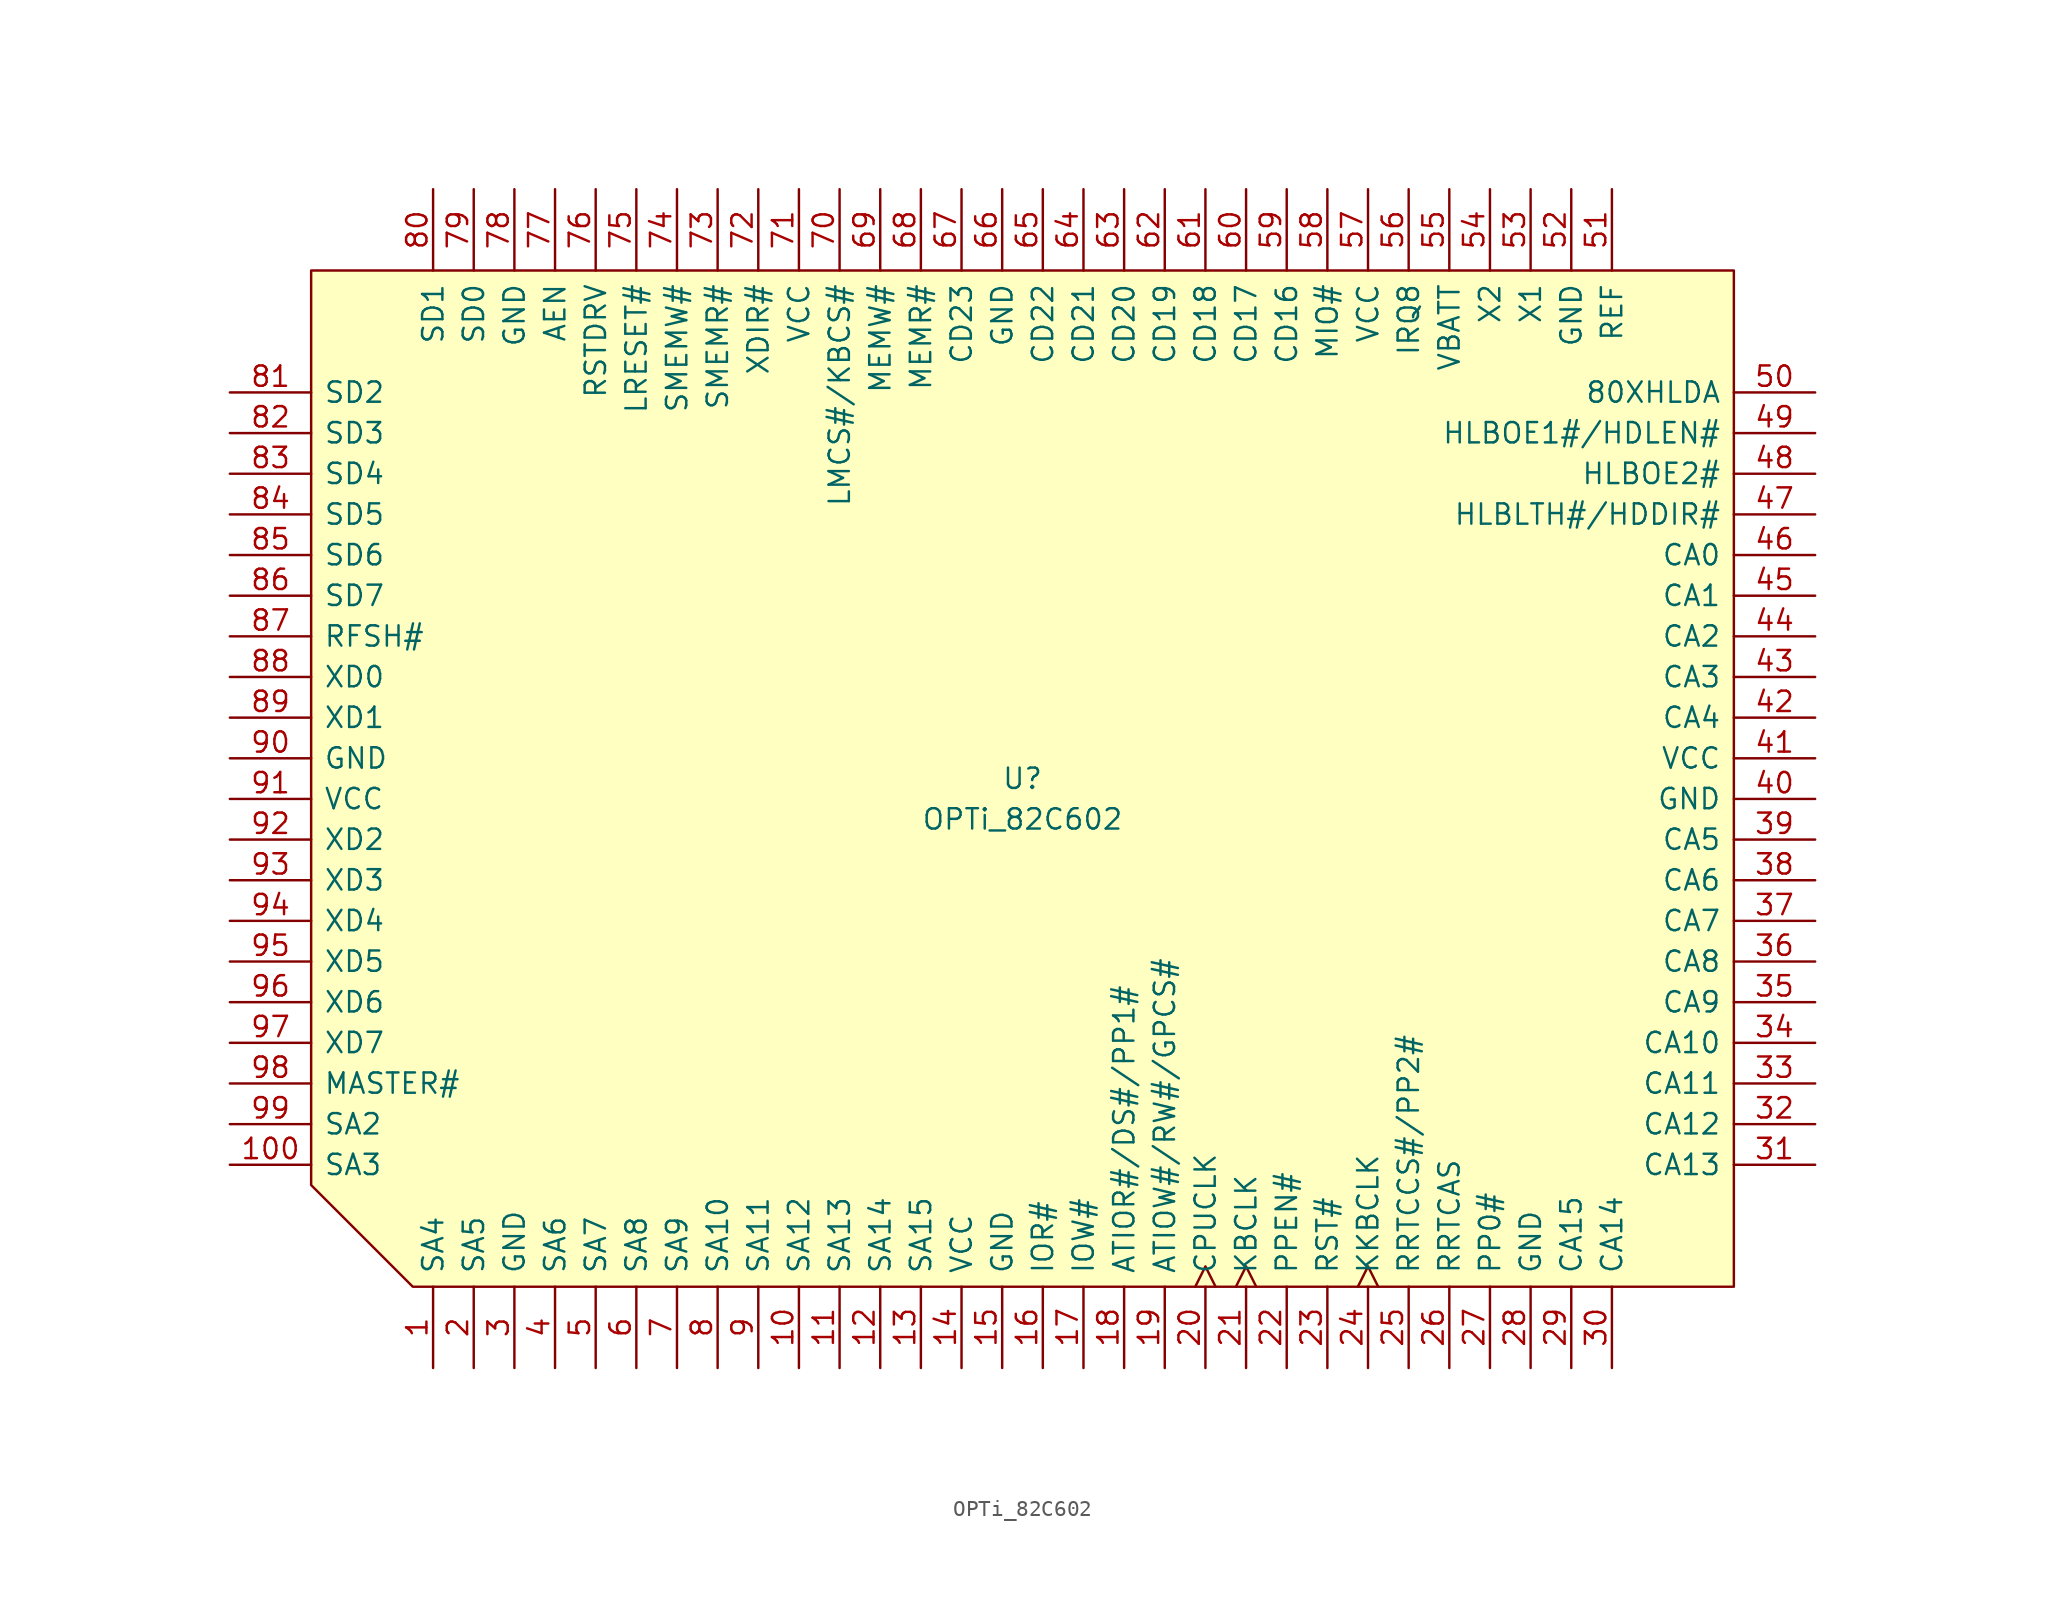
<source format=kicad_sym>
(kicad_symbol_lib
  (version 20211014)
  (generator kicad_symbol_editor)
  (symbol "OPTi_82C602"
    (pin_names
      (offset 0.762))
    (property "Reference" "U"
      (at 0 0 0)
      (effects (font (size 1.27 1.27))))
    (property "Value" "OPTi_82C602"
      (at 0 -2.54 0)
      (effects (font (size 1.27 1.27))))
    (symbol "OPTi_82C602_0_1"
      (polyline (pts (xy 44.45 -31.75) (xy -38.1 -31.75) (xy -44.45 -25.4) (xy -44.45 31.75) (xy 44.45 31.75) (xy 44.45 -31.75)) (stroke (width 0) (type default) (color 0 0 0 0)) (fill (type background))))
    (symbol "OPTi_82C602_1_1"
      (pin bidirectional line (at -36.83 -36.83 90) (length 5.08) (name "SA4" (effects (font (size 1.27 1.27)))) (number "1" (effects (font (size 1.27 1.27)))))
      (pin bidirectional line (at -13.97 -36.83 90) (length 5.08) (name "SA12" (effects (font (size 1.27 1.27)))) (number "10" (effects (font (size 1.27 1.27)))))
      (pin bidirectional line (at -49.53 -24.13 0) (length 5.08) (name "SA3" (effects (font (size 1.27 1.27)))) (number "100" (effects (font (size 1.27 1.27)))))
      (pin bidirectional line (at -11.43 -36.83 90) (length 5.08) (name "SA13" (effects (font (size 1.27 1.27)))) (number "11" (effects (font (size 1.27 1.27)))))
      (pin bidirectional line (at -8.89 -36.83 90) (length 5.08) (name "SA14" (effects (font (size 1.27 1.27)))) (number "12" (effects (font (size 1.27 1.27)))))
      (pin bidirectional line (at -6.35 -36.83 90) (length 5.08) (name "SA15" (effects (font (size 1.27 1.27)))) (number "13" (effects (font (size 1.27 1.27)))))
      (pin power_in line (at -3.81 -36.83 90) (length 5.08) (name "VCC" (effects (font (size 1.27 1.27)))) (number "14" (effects (font (size 1.27 1.27)))))
      (pin power_in line (at -1.27 -36.83 90) (length 5.08) (name "GND" (effects (font (size 1.27 1.27)))) (number "15" (effects (font (size 1.27 1.27)))))
      (pin bidirectional line (at 1.27 -36.83 90) (length 5.08) (name "IOR#" (effects (font (size 1.27 1.27)))) (number "16" (effects (font (size 1.27 1.27)))))
      (pin bidirectional line (at 3.81 -36.83 90) (length 5.08) (name "IOW#" (effects (font (size 1.27 1.27)))) (number "17" (effects (font (size 1.27 1.27)))))
      (pin bidirectional line (at 6.35 -36.83 90) (length 5.08) (name "ATIOR#/DS#/PP1#" (effects (font (size 1.27 1.27)))) (number "18" (effects (font (size 1.27 1.27)))))
      (pin bidirectional line (at 8.89 -36.83 90) (length 5.08) (name "ATIOW#/RW#/GPCS#" (effects (font (size 1.27 1.27)))) (number "19" (effects (font (size 1.27 1.27)))))
      (pin bidirectional line (at -34.29 -36.83 90) (length 5.08) (name "SA5" (effects (font (size 1.27 1.27)))) (number "2" (effects (font (size 1.27 1.27)))))
      (pin input clock (at 11.43 -36.83 90) (length 5.08) (name "CPUCLK" (effects (font (size 1.27 1.27)))) (number "20" (effects (font (size 1.27 1.27)))))
      (pin output clock (at 13.97 -36.83 90) (length 5.08) (name "KBCLK" (effects (font (size 1.27 1.27)))) (number "21" (effects (font (size 1.27 1.27)))))
      (pin input line (at 16.51 -36.83 90) (length 5.08) (name "PPEN#" (effects (font (size 1.27 1.27)))) (number "22" (effects (font (size 1.27 1.27)))))
      (pin input line (at 19.05 -36.83 90) (length 5.08) (name "RST#" (effects (font (size 1.27 1.27)))) (number "23" (effects (font (size 1.27 1.27)))))
      (pin input clock (at 21.59 -36.83 90) (length 5.08) (name "KKBCLK" (effects (font (size 1.27 1.27)))) (number "24" (effects (font (size 1.27 1.27)))))
      (pin output line (at 24.13 -36.83 90) (length 5.08) (name "RRTCCS#/PP2#" (effects (font (size 1.27 1.27)))) (number "25" (effects (font (size 1.27 1.27)))))
      (pin output line (at 26.67 -36.83 90) (length 5.08) (name "RRTCAS" (effects (font (size 1.27 1.27)))) (number "26" (effects (font (size 1.27 1.27)))))
      (pin output line (at 29.21 -36.83 90) (length 5.08) (name "PP0#" (effects (font (size 1.27 1.27)))) (number "27" (effects (font (size 1.27 1.27)))))
      (pin power_in line (at 31.75 -36.83 90) (length 5.08) (name "GND" (effects (font (size 1.27 1.27)))) (number "28" (effects (font (size 1.27 1.27)))))
      (pin bidirectional line (at 34.29 -36.83 90) (length 5.08) (name "CA15" (effects (font (size 1.27 1.27)))) (number "29" (effects (font (size 1.27 1.27)))))
      (pin power_in line (at -31.75 -36.83 90) (length 5.08) (name "GND" (effects (font (size 1.27 1.27)))) (number "3" (effects (font (size 1.27 1.27)))))
      (pin bidirectional line (at 36.83 -36.83 90) (length 5.08) (name "CA14" (effects (font (size 1.27 1.27)))) (number "30" (effects (font (size 1.27 1.27)))))
      (pin bidirectional line (at 49.53 -24.13 180) (length 5.08) (name "CA13" (effects (font (size 1.27 1.27)))) (number "31" (effects (font (size 1.27 1.27)))))
      (pin bidirectional line (at 49.53 -21.59 180) (length 5.08) (name "CA12" (effects (font (size 1.27 1.27)))) (number "32" (effects (font (size 1.27 1.27)))))
      (pin bidirectional line (at 49.53 -19.05 180) (length 5.08) (name "CA11" (effects (font (size 1.27 1.27)))) (number "33" (effects (font (size 1.27 1.27)))))
      (pin bidirectional line (at 49.53 -16.51 180) (length 5.08) (name "CA10" (effects (font (size 1.27 1.27)))) (number "34" (effects (font (size 1.27 1.27)))))
      (pin bidirectional line (at 49.53 -13.97 180) (length 5.08) (name "CA9" (effects (font (size 1.27 1.27)))) (number "35" (effects (font (size 1.27 1.27)))))
      (pin bidirectional line (at 49.53 -11.43 180) (length 5.08) (name "CA8" (effects (font (size 1.27 1.27)))) (number "36" (effects (font (size 1.27 1.27)))))
      (pin bidirectional line (at 49.53 -8.89 180) (length 5.08) (name "CA7" (effects (font (size 1.27 1.27)))) (number "37" (effects (font (size 1.27 1.27)))))
      (pin bidirectional line (at 49.53 -6.35 180) (length 5.08) (name "CA6" (effects (font (size 1.27 1.27)))) (number "38" (effects (font (size 1.27 1.27)))))
      (pin bidirectional line (at 49.53 -3.81 180) (length 5.08) (name "CA5" (effects (font (size 1.27 1.27)))) (number "39" (effects (font (size 1.27 1.27)))))
      (pin bidirectional line (at -29.21 -36.83 90) (length 5.08) (name "SA6" (effects (font (size 1.27 1.27)))) (number "4" (effects (font (size 1.27 1.27)))))
      (pin power_in line (at 49.53 -1.27 180) (length 5.08) (name "GND" (effects (font (size 1.27 1.27)))) (number "40" (effects (font (size 1.27 1.27)))))
      (pin power_in line (at 49.53 1.27 180) (length 5.08) (name "VCC" (effects (font (size 1.27 1.27)))) (number "41" (effects (font (size 1.27 1.27)))))
      (pin bidirectional line (at 49.53 3.81 180) (length 5.08) (name "CA4" (effects (font (size 1.27 1.27)))) (number "42" (effects (font (size 1.27 1.27)))))
      (pin bidirectional line (at 49.53 6.35 180) (length 5.08) (name "CA3" (effects (font (size 1.27 1.27)))) (number "43" (effects (font (size 1.27 1.27)))))
      (pin bidirectional line (at 49.53 8.89 180) (length 5.08) (name "CA2" (effects (font (size 1.27 1.27)))) (number "44" (effects (font (size 1.27 1.27)))))
      (pin input line (at 49.53 11.43 180) (length 5.08) (name "CA1" (effects (font (size 1.27 1.27)))) (number "45" (effects (font (size 1.27 1.27)))))
      (pin input line (at 49.53 13.97 180) (length 5.08) (name "CA0" (effects (font (size 1.27 1.27)))) (number "46" (effects (font (size 1.27 1.27)))))
      (pin input line (at 49.53 16.51 180) (length 5.08) (name "HLBLTH#/HDDIR#" (effects (font (size 1.27 1.27)))) (number "47" (effects (font (size 1.27 1.27)))))
      (pin input line (at 49.53 19.05 180) (length 5.08) (name "HLBOE2#" (effects (font (size 1.27 1.27)))) (number "48" (effects (font (size 1.27 1.27)))))
      (pin input line (at 49.53 21.59 180) (length 5.08) (name "HLBOE1#/HDLEN#" (effects (font (size 1.27 1.27)))) (number "49" (effects (font (size 1.27 1.27)))))
      (pin bidirectional line (at -26.67 -36.83 90) (length 5.08) (name "SA7" (effects (font (size 1.27 1.27)))) (number "5" (effects (font (size 1.27 1.27)))))
      (pin input line (at 49.53 24.13 180) (length 5.08) (name "80XHLDA" (effects (font (size 1.27 1.27)))) (number "50" (effects (font (size 1.27 1.27)))))
      (pin output line (at 36.83 36.83 270) (length 5.08) (name "REF" (effects (font (size 1.27 1.27)))) (number "51" (effects (font (size 1.27 1.27)))))
      (pin power_in line (at 34.29 36.83 270) (length 5.08) (name "GND" (effects (font (size 1.27 1.27)))) (number "52" (effects (font (size 1.27 1.27)))))
      (pin input line (at 31.75 36.83 270) (length 5.08) (name "X1" (effects (font (size 1.27 1.27)))) (number "53" (effects (font (size 1.27 1.27)))))
      (pin output line (at 29.21 36.83 270) (length 5.08) (name "X2" (effects (font (size 1.27 1.27)))) (number "54" (effects (font (size 1.27 1.27)))))
      (pin power_in line (at 26.67 36.83 270) (length 5.08) (name "VBATT" (effects (font (size 1.27 1.27)))) (number "55" (effects (font (size 1.27 1.27)))))
      (pin output line (at 24.13 36.83 270) (length 5.08) (name "IRQ8" (effects (font (size 1.27 1.27)))) (number "56" (effects (font (size 1.27 1.27)))))
      (pin power_in line (at 21.59 36.83 270) (length 5.08) (name "VCC" (effects (font (size 1.27 1.27)))) (number "57" (effects (font (size 1.27 1.27)))))
      (pin bidirectional line (at 19.05 36.83 270) (length 5.08) (name "MIO#" (effects (font (size 1.27 1.27)))) (number "58" (effects (font (size 1.27 1.27)))))
      (pin bidirectional line (at 16.51 36.83 270) (length 5.08) (name "CD16" (effects (font (size 1.27 1.27)))) (number "59" (effects (font (size 1.27 1.27)))))
      (pin bidirectional line (at -24.13 -36.83 90) (length 5.08) (name "SA8" (effects (font (size 1.27 1.27)))) (number "6" (effects (font (size 1.27 1.27)))))
      (pin bidirectional line (at 13.97 36.83 270) (length 5.08) (name "CD17" (effects (font (size 1.27 1.27)))) (number "60" (effects (font (size 1.27 1.27)))))
      (pin bidirectional line (at 11.43 36.83 270) (length 5.08) (name "CD18" (effects (font (size 1.27 1.27)))) (number "61" (effects (font (size 1.27 1.27)))))
      (pin bidirectional line (at 8.89 36.83 270) (length 5.08) (name "CD19" (effects (font (size 1.27 1.27)))) (number "62" (effects (font (size 1.27 1.27)))))
      (pin bidirectional line (at 6.35 36.83 270) (length 5.08) (name "CD20" (effects (font (size 1.27 1.27)))) (number "63" (effects (font (size 1.27 1.27)))))
      (pin bidirectional line (at 3.81 36.83 270) (length 5.08) (name "CD21" (effects (font (size 1.27 1.27)))) (number "64" (effects (font (size 1.27 1.27)))))
      (pin bidirectional line (at 1.27 36.83 270) (length 5.08) (name "CD22" (effects (font (size 1.27 1.27)))) (number "65" (effects (font (size 1.27 1.27)))))
      (pin power_in line (at -1.27 36.83 270) (length 5.08) (name "GND" (effects (font (size 1.27 1.27)))) (number "66" (effects (font (size 1.27 1.27)))))
      (pin bidirectional line (at -3.81 36.83 270) (length 5.08) (name "CD23" (effects (font (size 1.27 1.27)))) (number "67" (effects (font (size 1.27 1.27)))))
      (pin bidirectional line (at -6.35 36.83 270) (length 5.08) (name "MEMR#" (effects (font (size 1.27 1.27)))) (number "68" (effects (font (size 1.27 1.27)))))
      (pin bidirectional line (at -8.89 36.83 270) (length 5.08) (name "MEMW#" (effects (font (size 1.27 1.27)))) (number "69" (effects (font (size 1.27 1.27)))))
      (pin bidirectional line (at -21.59 -36.83 90) (length 5.08) (name "SA9" (effects (font (size 1.27 1.27)))) (number "7" (effects (font (size 1.27 1.27)))))
      (pin input line (at -11.43 36.83 270) (length 5.08) (name "LMCS#/KBCS#" (effects (font (size 1.27 1.27)))) (number "70" (effects (font (size 1.27 1.27)))))
      (pin power_in line (at -13.97 36.83 270) (length 5.08) (name "VCC" (effects (font (size 1.27 1.27)))) (number "71" (effects (font (size 1.27 1.27)))))
      (pin input line (at -16.51 36.83 270) (length 5.08) (name "XDIR#" (effects (font (size 1.27 1.27)))) (number "72" (effects (font (size 1.27 1.27)))))
      (pin bidirectional line (at -19.05 36.83 270) (length 5.08) (name "SMEMR#" (effects (font (size 1.27 1.27)))) (number "73" (effects (font (size 1.27 1.27)))))
      (pin bidirectional line (at -21.59 36.83 270) (length 5.08) (name "SMEMW#" (effects (font (size 1.27 1.27)))) (number "74" (effects (font (size 1.27 1.27)))))
      (pin output line (at -24.13 36.83 270) (length 5.08) (name "LRESET#" (effects (font (size 1.27 1.27)))) (number "75" (effects (font (size 1.27 1.27)))))
      (pin output line (at -26.67 36.83 270) (length 5.08) (name "RSTDRV" (effects (font (size 1.27 1.27)))) (number "76" (effects (font (size 1.27 1.27)))))
      (pin output line (at -29.21 36.83 270) (length 5.08) (name "AEN" (effects (font (size 1.27 1.27)))) (number "77" (effects (font (size 1.27 1.27)))))
      (pin power_in line (at -31.75 36.83 270) (length 5.08) (name "GND" (effects (font (size 1.27 1.27)))) (number "78" (effects (font (size 1.27 1.27)))))
      (pin bidirectional line (at -34.29 36.83 270) (length 5.08) (name "SD0" (effects (font (size 1.27 1.27)))) (number "79" (effects (font (size 1.27 1.27)))))
      (pin bidirectional line (at -19.05 -36.83 90) (length 5.08) (name "SA10" (effects (font (size 1.27 1.27)))) (number "8" (effects (font (size 1.27 1.27)))))
      (pin bidirectional line (at -36.83 36.83 270) (length 5.08) (name "SD1" (effects (font (size 1.27 1.27)))) (number "80" (effects (font (size 1.27 1.27)))))
      (pin bidirectional line (at -49.53 24.13 0) (length 5.08) (name "SD2" (effects (font (size 1.27 1.27)))) (number "81" (effects (font (size 1.27 1.27)))))
      (pin bidirectional line (at -49.53 21.59 0) (length 5.08) (name "SD3" (effects (font (size 1.27 1.27)))) (number "82" (effects (font (size 1.27 1.27)))))
      (pin bidirectional line (at -49.53 19.05 0) (length 5.08) (name "SD4" (effects (font (size 1.27 1.27)))) (number "83" (effects (font (size 1.27 1.27)))))
      (pin bidirectional line (at -49.53 16.51 0) (length 5.08) (name "SD5" (effects (font (size 1.27 1.27)))) (number "84" (effects (font (size 1.27 1.27)))))
      (pin bidirectional line (at -49.53 13.97 0) (length 5.08) (name "SD6" (effects (font (size 1.27 1.27)))) (number "85" (effects (font (size 1.27 1.27)))))
      (pin bidirectional line (at -49.53 11.43 0) (length 5.08) (name "SD7" (effects (font (size 1.27 1.27)))) (number "86" (effects (font (size 1.27 1.27)))))
      (pin input line (at -49.53 8.89 0) (length 5.08) (name "RFSH#" (effects (font (size 1.27 1.27)))) (number "87" (effects (font (size 1.27 1.27)))))
      (pin bidirectional line (at -49.53 6.35 0) (length 5.08) (name "XD0" (effects (font (size 1.27 1.27)))) (number "88" (effects (font (size 1.27 1.27)))))
      (pin bidirectional line (at -49.53 3.81 0) (length 5.08) (name "XD1" (effects (font (size 1.27 1.27)))) (number "89" (effects (font (size 1.27 1.27)))))
      (pin bidirectional line (at -16.51 -36.83 90) (length 5.08) (name "SA11" (effects (font (size 1.27 1.27)))) (number "9" (effects (font (size 1.27 1.27)))))
      (pin power_in line (at -49.53 1.27 0) (length 5.08) (name "GND" (effects (font (size 1.27 1.27)))) (number "90" (effects (font (size 1.27 1.27)))))
      (pin power_in line (at -49.53 -1.27 0) (length 5.08) (name "VCC" (effects (font (size 1.27 1.27)))) (number "91" (effects (font (size 1.27 1.27)))))
      (pin bidirectional line (at -49.53 -3.81 0) (length 5.08) (name "XD2" (effects (font (size 1.27 1.27)))) (number "92" (effects (font (size 1.27 1.27)))))
      (pin bidirectional line (at -49.53 -6.35 0) (length 5.08) (name "XD3" (effects (font (size 1.27 1.27)))) (number "93" (effects (font (size 1.27 1.27)))))
      (pin bidirectional line (at -49.53 -8.89 0) (length 5.08) (name "XD4" (effects (font (size 1.27 1.27)))) (number "94" (effects (font (size 1.27 1.27)))))
      (pin bidirectional line (at -49.53 -11.43 0) (length 5.08) (name "XD5" (effects (font (size 1.27 1.27)))) (number "95" (effects (font (size 1.27 1.27)))))
      (pin bidirectional line (at -49.53 -13.97 0) (length 5.08) (name "XD6" (effects (font (size 1.27 1.27)))) (number "96" (effects (font (size 1.27 1.27)))))
      (pin bidirectional line (at -49.53 -16.51 0) (length 5.08) (name "XD7" (effects (font (size 1.27 1.27)))) (number "97" (effects (font (size 1.27 1.27)))))
      (pin input line (at -49.53 -19.05 0) (length 5.08) (name "MASTER#" (effects (font (size 1.27 1.27)))) (number "98" (effects (font (size 1.27 1.27)))))
      (pin bidirectional line (at -49.53 -21.59 0) (length 5.08) (name "SA2" (effects (font (size 1.27 1.27)))) (number "99" (effects (font (size 1.27 1.27))))))))
</source>
